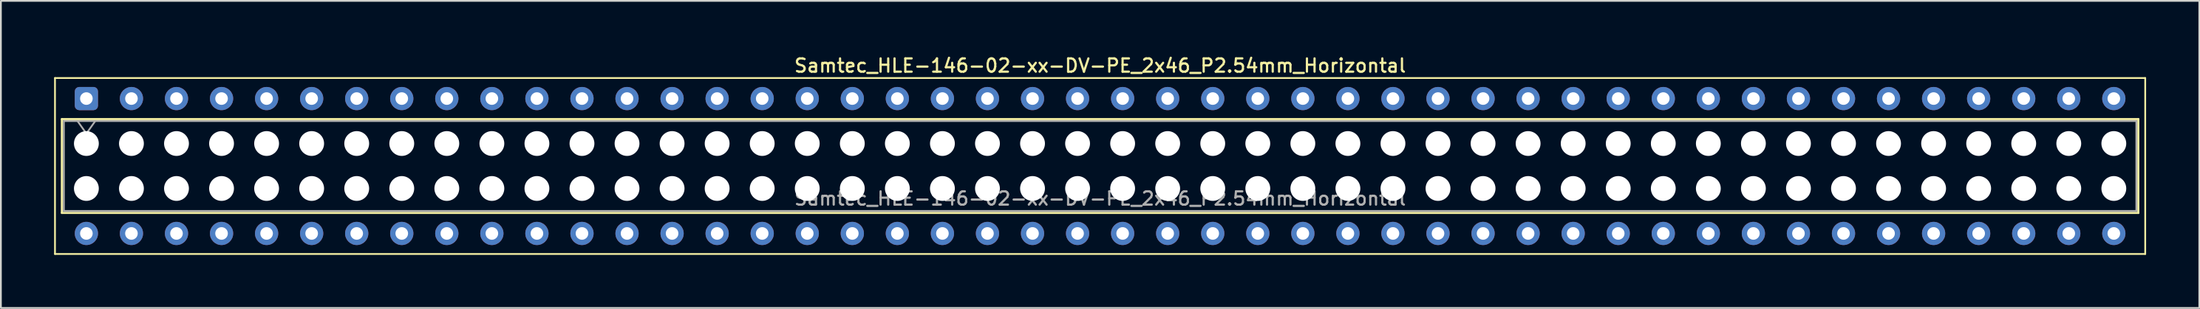
<source format=kicad_pcb>
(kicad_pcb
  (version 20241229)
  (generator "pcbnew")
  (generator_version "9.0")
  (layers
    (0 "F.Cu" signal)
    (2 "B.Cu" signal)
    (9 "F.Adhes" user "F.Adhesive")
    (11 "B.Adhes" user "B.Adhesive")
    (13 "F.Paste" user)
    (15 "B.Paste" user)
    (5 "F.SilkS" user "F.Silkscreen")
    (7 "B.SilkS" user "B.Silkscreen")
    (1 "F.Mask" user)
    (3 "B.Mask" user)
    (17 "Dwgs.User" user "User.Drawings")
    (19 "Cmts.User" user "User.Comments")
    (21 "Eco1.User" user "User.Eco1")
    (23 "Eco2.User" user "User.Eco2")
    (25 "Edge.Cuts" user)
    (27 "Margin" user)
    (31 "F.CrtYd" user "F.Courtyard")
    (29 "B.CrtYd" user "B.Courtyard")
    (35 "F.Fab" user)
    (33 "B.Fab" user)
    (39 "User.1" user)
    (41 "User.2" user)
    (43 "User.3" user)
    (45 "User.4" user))
  (footprint "Samtec_HLE-146-02-xx-DV-PE_2x46_P2.54mm_Horizontal"
    (layer "F.Cu")
    (at 1.82 2.518)
    (property "Reference" "Samtec_HLE-146-02-xx-DV-PE_2x46_P2.54mm_Horizontal" (at 57.15 -1.86 0) (layer "F.SilkS") (effects (font (size 0.75 0.75) (thickness 0.125))))
    (attr through_hole)
    (fp_line (start -1.77 -1.16) (end 116.07 -1.16) (stroke (width 0.1) (type solid)) (layer "F.SilkS"))
    (fp_line (start -1.77 8.78) (end -1.77 -1.16) (stroke (width 0.1) (type solid)) (layer "F.SilkS"))
    (fp_line (start -1.38 1.16) (end 115.68 1.16) (stroke (width 0.12) (type solid)) (layer "F.SilkS"))
    (fp_line (start -1.38 6.46) (end -1.38 1.16) (stroke (width 0.12) (type solid)) (layer "F.SilkS"))
    (fp_line (start 115.68 1.16) (end 115.68 6.46) (stroke (width 0.12) (type solid)) (layer "F.SilkS"))
    (fp_line (start 115.68 6.46) (end -1.38 6.46) (stroke (width 0.12) (type solid)) (layer "F.SilkS"))
    (fp_line (start 116.07 -1.16) (end 116.07 8.78) (stroke (width 0.1) (type solid)) (layer "F.SilkS"))
    (fp_line (start 116.07 8.78) (end -1.77 8.78) (stroke (width 0.1) (type solid)) (layer "F.SilkS"))
    (fp_line (start -1.27 1.27) (end 115.57 1.27) (stroke (width 0.1) (type solid)) (layer "F.Fab"))
    (fp_line (start -1.27 6.35) (end -1.27 1.27) (stroke (width 0.1) (type solid)) (layer "F.Fab"))
    (fp_line (start -0.5 1.27) (end 0 1.977) (stroke (width 0.1) (type solid)) (layer "F.Fab"))
    (fp_line (start 0 1.977) (end 0.5 1.27) (stroke (width 0.1) (type solid)) (layer "F.Fab"))
    (fp_line (start 115.57 1.27) (end 115.57 6.35) (stroke (width 0.1) (type solid)) (layer "F.Fab"))
    (fp_line (start 115.57 6.35) (end -1.27 6.35) (stroke (width 0.1) (type solid)) (layer "F.Fab"))
    (fp_text user "${REFERENCE}" (at 57.15 5.65 0) (layer "F.Fab") (effects (font (size 0.75 0.75) (thickness 0.125))))
    (pad "" np_thru_hole circle (at 0 2.54) (size 1.4 1.4) (drill 1.4) (layers "*.Cu" "*.Mask"))
    (pad "" np_thru_hole circle (at 0 5.08) (size 1.4 1.4) (drill 1.4) (layers "*.Cu" "*.Mask"))
    (pad "" np_thru_hole circle (at 2.54 2.54) (size 1.4 1.4) (drill 1.4) (layers "*.Cu" "*.Mask"))
    (pad "" np_thru_hole circle (at 2.54 5.08) (size 1.4 1.4) (drill 1.4) (layers "*.Cu" "*.Mask"))
    (pad "" np_thru_hole circle (at 5.08 2.54) (size 1.4 1.4) (drill 1.4) (layers "*.Cu" "*.Mask"))
    (pad "" np_thru_hole circle (at 5.08 5.08) (size 1.4 1.4) (drill 1.4) (layers "*.Cu" "*.Mask"))
    (pad "" np_thru_hole circle (at 7.62 2.54) (size 1.4 1.4) (drill 1.4) (layers "*.Cu" "*.Mask"))
    (pad "" np_thru_hole circle (at 7.62 5.08) (size 1.4 1.4) (drill 1.4) (layers "*.Cu" "*.Mask"))
    (pad "" np_thru_hole circle (at 10.16 2.54) (size 1.4 1.4) (drill 1.4) (layers "*.Cu" "*.Mask"))
    (pad "" np_thru_hole circle (at 10.16 5.08) (size 1.4 1.4) (drill 1.4) (layers "*.Cu" "*.Mask"))
    (pad "" np_thru_hole circle (at 12.7 2.54) (size 1.4 1.4) (drill 1.4) (layers "*.Cu" "*.Mask"))
    (pad "" np_thru_hole circle (at 12.7 5.08) (size 1.4 1.4) (drill 1.4) (layers "*.Cu" "*.Mask"))
    (pad "" np_thru_hole circle (at 15.24 2.54) (size 1.4 1.4) (drill 1.4) (layers "*.Cu" "*.Mask"))
    (pad "" np_thru_hole circle (at 15.24 5.08) (size 1.4 1.4) (drill 1.4) (layers "*.Cu" "*.Mask"))
    (pad "" np_thru_hole circle (at 17.78 2.54) (size 1.4 1.4) (drill 1.4) (layers "*.Cu" "*.Mask"))
    (pad "" np_thru_hole circle (at 17.78 5.08) (size 1.4 1.4) (drill 1.4) (layers "*.Cu" "*.Mask"))
    (pad "" np_thru_hole circle (at 20.32 2.54) (size 1.4 1.4) (drill 1.4) (layers "*.Cu" "*.Mask"))
    (pad "" np_thru_hole circle (at 20.32 5.08) (size 1.4 1.4) (drill 1.4) (layers "*.Cu" "*.Mask"))
    (pad "" np_thru_hole circle (at 22.86 2.54) (size 1.4 1.4) (drill 1.4) (layers "*.Cu" "*.Mask"))
    (pad "" np_thru_hole circle (at 22.86 5.08) (size 1.4 1.4) (drill 1.4) (layers "*.Cu" "*.Mask"))
    (pad "" np_thru_hole circle (at 25.4 2.54) (size 1.4 1.4) (drill 1.4) (layers "*.Cu" "*.Mask"))
    (pad "" np_thru_hole circle (at 25.4 5.08) (size 1.4 1.4) (drill 1.4) (layers "*.Cu" "*.Mask"))
    (pad "" np_thru_hole circle (at 27.94 2.54) (size 1.4 1.4) (drill 1.4) (layers "*.Cu" "*.Mask"))
    (pad "" np_thru_hole circle (at 27.94 5.08) (size 1.4 1.4) (drill 1.4) (layers "*.Cu" "*.Mask"))
    (pad "" np_thru_hole circle (at 30.48 2.54) (size 1.4 1.4) (drill 1.4) (layers "*.Cu" "*.Mask"))
    (pad "" np_thru_hole circle (at 30.48 5.08) (size 1.4 1.4) (drill 1.4) (layers "*.Cu" "*.Mask"))
    (pad "" np_thru_hole circle (at 33.02 2.54) (size 1.4 1.4) (drill 1.4) (layers "*.Cu" "*.Mask"))
    (pad "" np_thru_hole circle (at 33.02 5.08) (size 1.4 1.4) (drill 1.4) (layers "*.Cu" "*.Mask"))
    (pad "" np_thru_hole circle (at 35.56 2.54) (size 1.4 1.4) (drill 1.4) (layers "*.Cu" "*.Mask"))
    (pad "" np_thru_hole circle (at 35.56 5.08) (size 1.4 1.4) (drill 1.4) (layers "*.Cu" "*.Mask"))
    (pad "" np_thru_hole circle (at 38.1 2.54) (size 1.4 1.4) (drill 1.4) (layers "*.Cu" "*.Mask"))
    (pad "" np_thru_hole circle (at 38.1 5.08) (size 1.4 1.4) (drill 1.4) (layers "*.Cu" "*.Mask"))
    (pad "" np_thru_hole circle (at 40.64 2.54) (size 1.4 1.4) (drill 1.4) (layers "*.Cu" "*.Mask"))
    (pad "" np_thru_hole circle (at 40.64 5.08) (size 1.4 1.4) (drill 1.4) (layers "*.Cu" "*.Mask"))
    (pad "" np_thru_hole circle (at 43.18 2.54) (size 1.4 1.4) (drill 1.4) (layers "*.Cu" "*.Mask"))
    (pad "" np_thru_hole circle (at 43.18 5.08) (size 1.4 1.4) (drill 1.4) (layers "*.Cu" "*.Mask"))
    (pad "" np_thru_hole circle (at 45.72 2.54) (size 1.4 1.4) (drill 1.4) (layers "*.Cu" "*.Mask"))
    (pad "" np_thru_hole circle (at 45.72 5.08) (size 1.4 1.4) (drill 1.4) (layers "*.Cu" "*.Mask"))
    (pad "" np_thru_hole circle (at 48.26 2.54) (size 1.4 1.4) (drill 1.4) (layers "*.Cu" "*.Mask"))
    (pad "" np_thru_hole circle (at 48.26 5.08) (size 1.4 1.4) (drill 1.4) (layers "*.Cu" "*.Mask"))
    (pad "" np_thru_hole circle (at 50.8 2.54) (size 1.4 1.4) (drill 1.4) (layers "*.Cu" "*.Mask"))
    (pad "" np_thru_hole circle (at 50.8 5.08) (size 1.4 1.4) (drill 1.4) (layers "*.Cu" "*.Mask"))
    (pad "" np_thru_hole circle (at 53.34 2.54) (size 1.4 1.4) (drill 1.4) (layers "*.Cu" "*.Mask"))
    (pad "" np_thru_hole circle (at 53.34 5.08) (size 1.4 1.4) (drill 1.4) (layers "*.Cu" "*.Mask"))
    (pad "" np_thru_hole circle (at 55.88 2.54) (size 1.4 1.4) (drill 1.4) (layers "*.Cu" "*.Mask"))
    (pad "" np_thru_hole circle (at 55.88 5.08) (size 1.4 1.4) (drill 1.4) (layers "*.Cu" "*.Mask"))
    (pad "" np_thru_hole circle (at 58.42 2.54) (size 1.4 1.4) (drill 1.4) (layers "*.Cu" "*.Mask"))
    (pad "" np_thru_hole circle (at 58.42 5.08) (size 1.4 1.4) (drill 1.4) (layers "*.Cu" "*.Mask"))
    (pad "" np_thru_hole circle (at 60.96 2.54) (size 1.4 1.4) (drill 1.4) (layers "*.Cu" "*.Mask"))
    (pad "" np_thru_hole circle (at 60.96 5.08) (size 1.4 1.4) (drill 1.4) (layers "*.Cu" "*.Mask"))
    (pad "" np_thru_hole circle (at 63.5 2.54) (size 1.4 1.4) (drill 1.4) (layers "*.Cu" "*.Mask"))
    (pad "" np_thru_hole circle (at 63.5 5.08) (size 1.4 1.4) (drill 1.4) (layers "*.Cu" "*.Mask"))
    (pad "" np_thru_hole circle (at 66.04 2.54) (size 1.4 1.4) (drill 1.4) (layers "*.Cu" "*.Mask"))
    (pad "" np_thru_hole circle (at 66.04 5.08) (size 1.4 1.4) (drill 1.4) (layers "*.Cu" "*.Mask"))
    (pad "" np_thru_hole circle (at 68.58 2.54) (size 1.4 1.4) (drill 1.4) (layers "*.Cu" "*.Mask"))
    (pad "" np_thru_hole circle (at 68.58 5.08) (size 1.4 1.4) (drill 1.4) (layers "*.Cu" "*.Mask"))
    (pad "" np_thru_hole circle (at 71.12 2.54) (size 1.4 1.4) (drill 1.4) (layers "*.Cu" "*.Mask"))
    (pad "" np_thru_hole circle (at 71.12 5.08) (size 1.4 1.4) (drill 1.4) (layers "*.Cu" "*.Mask"))
    (pad "" np_thru_hole circle (at 73.66 2.54) (size 1.4 1.4) (drill 1.4) (layers "*.Cu" "*.Mask"))
    (pad "" np_thru_hole circle (at 73.66 5.08) (size 1.4 1.4) (drill 1.4) (layers "*.Cu" "*.Mask"))
    (pad "" np_thru_hole circle (at 76.2 2.54) (size 1.4 1.4) (drill 1.4) (layers "*.Cu" "*.Mask"))
    (pad "" np_thru_hole circle (at 76.2 5.08) (size 1.4 1.4) (drill 1.4) (layers "*.Cu" "*.Mask"))
    (pad "" np_thru_hole circle (at 78.74 2.54) (size 1.4 1.4) (drill 1.4) (layers "*.Cu" "*.Mask"))
    (pad "" np_thru_hole circle (at 78.74 5.08) (size 1.4 1.4) (drill 1.4) (layers "*.Cu" "*.Mask"))
    (pad "" np_thru_hole circle (at 81.28 2.54) (size 1.4 1.4) (drill 1.4) (layers "*.Cu" "*.Mask"))
    (pad "" np_thru_hole circle (at 81.28 5.08) (size 1.4 1.4) (drill 1.4) (layers "*.Cu" "*.Mask"))
    (pad "" np_thru_hole circle (at 83.82 2.54) (size 1.4 1.4) (drill 1.4) (layers "*.Cu" "*.Mask"))
    (pad "" np_thru_hole circle (at 83.82 5.08) (size 1.4 1.4) (drill 1.4) (layers "*.Cu" "*.Mask"))
    (pad "" np_thru_hole circle (at 86.36 2.54) (size 1.4 1.4) (drill 1.4) (layers "*.Cu" "*.Mask"))
    (pad "" np_thru_hole circle (at 86.36 5.08) (size 1.4 1.4) (drill 1.4) (layers "*.Cu" "*.Mask"))
    (pad "" np_thru_hole circle (at 88.9 2.54) (size 1.4 1.4) (drill 1.4) (layers "*.Cu" "*.Mask"))
    (pad "" np_thru_hole circle (at 88.9 5.08) (size 1.4 1.4) (drill 1.4) (layers "*.Cu" "*.Mask"))
    (pad "" np_thru_hole circle (at 91.44 2.54) (size 1.4 1.4) (drill 1.4) (layers "*.Cu" "*.Mask"))
    (pad "" np_thru_hole circle (at 91.44 5.08) (size 1.4 1.4) (drill 1.4) (layers "*.Cu" "*.Mask"))
    (pad "" np_thru_hole circle (at 93.98 2.54) (size 1.4 1.4) (drill 1.4) (layers "*.Cu" "*.Mask"))
    (pad "" np_thru_hole circle (at 93.98 5.08) (size 1.4 1.4) (drill 1.4) (layers "*.Cu" "*.Mask"))
    (pad "" np_thru_hole circle (at 96.52 2.54) (size 1.4 1.4) (drill 1.4) (layers "*.Cu" "*.Mask"))
    (pad "" np_thru_hole circle (at 96.52 5.08) (size 1.4 1.4) (drill 1.4) (layers "*.Cu" "*.Mask"))
    (pad "" np_thru_hole circle (at 99.06 2.54) (size 1.4 1.4) (drill 1.4) (layers "*.Cu" "*.Mask"))
    (pad "" np_thru_hole circle (at 99.06 5.08) (size 1.4 1.4) (drill 1.4) (layers "*.Cu" "*.Mask"))
    (pad "" np_thru_hole circle (at 101.6 2.54) (size 1.4 1.4) (drill 1.4) (layers "*.Cu" "*.Mask"))
    (pad "" np_thru_hole circle (at 101.6 5.08) (size 1.4 1.4) (drill 1.4) (layers "*.Cu" "*.Mask"))
    (pad "" np_thru_hole circle (at 104.14 2.54) (size 1.4 1.4) (drill 1.4) (layers "*.Cu" "*.Mask"))
    (pad "" np_thru_hole circle (at 104.14 5.08) (size 1.4 1.4) (drill 1.4) (layers "*.Cu" "*.Mask"))
    (pad "" np_thru_hole circle (at 106.68 2.54) (size 1.4 1.4) (drill 1.4) (layers "*.Cu" "*.Mask"))
    (pad "" np_thru_hole circle (at 106.68 5.08) (size 1.4 1.4) (drill 1.4) (layers "*.Cu" "*.Mask"))
    (pad "" np_thru_hole circle (at 109.22 2.54) (size 1.4 1.4) (drill 1.4) (layers "*.Cu" "*.Mask"))
    (pad "" np_thru_hole circle (at 109.22 5.08) (size 1.4 1.4) (drill 1.4) (layers "*.Cu" "*.Mask"))
    (pad "" np_thru_hole circle (at 111.76 2.54) (size 1.4 1.4) (drill 1.4) (layers "*.Cu" "*.Mask"))
    (pad "" np_thru_hole circle (at 111.76 5.08) (size 1.4 1.4) (drill 1.4) (layers "*.Cu" "*.Mask"))
    (pad "" np_thru_hole circle (at 114.3 2.54) (size 1.4 1.4) (drill 1.4) (layers "*.Cu" "*.Mask"))
    (pad "" np_thru_hole circle (at 114.3 5.08) (size 1.4 1.4) (drill 1.4) (layers "*.Cu" "*.Mask"))
    (pad "1" thru_hole roundrect (at 0 0) (size 1.31 1.31) (drill 0.71) (layers "*.Cu" "*.Mask") (roundrect_rratio 0.191))
    (pad "2" thru_hole circle (at 0 7.62) (size 1.31 1.31) (drill 0.71) (layers "*.Cu" "*.Mask"))
    (pad "3" thru_hole circle (at 2.54 0) (size 1.31 1.31) (drill 0.71) (layers "*.Cu" "*.Mask"))
    (pad "4" thru_hole circle (at 2.54 7.62) (size 1.31 1.31) (drill 0.71) (layers "*.Cu" "*.Mask"))
    (pad "5" thru_hole circle (at 5.08 0) (size 1.31 1.31) (drill 0.71) (layers "*.Cu" "*.Mask"))
    (pad "6" thru_hole circle (at 5.08 7.62) (size 1.31 1.31) (drill 0.71) (layers "*.Cu" "*.Mask"))
    (pad "7" thru_hole circle (at 7.62 0) (size 1.31 1.31) (drill 0.71) (layers "*.Cu" "*.Mask"))
    (pad "8" thru_hole circle (at 7.62 7.62) (size 1.31 1.31) (drill 0.71) (layers "*.Cu" "*.Mask"))
    (pad "9" thru_hole circle (at 10.16 0) (size 1.31 1.31) (drill 0.71) (layers "*.Cu" "*.Mask"))
    (pad "10" thru_hole circle (at 10.16 7.62) (size 1.31 1.31) (drill 0.71) (layers "*.Cu" "*.Mask"))
    (pad "11" thru_hole circle (at 12.7 0) (size 1.31 1.31) (drill 0.71) (layers "*.Cu" "*.Mask"))
    (pad "12" thru_hole circle (at 12.7 7.62) (size 1.31 1.31) (drill 0.71) (layers "*.Cu" "*.Mask"))
    (pad "13" thru_hole circle (at 15.24 0) (size 1.31 1.31) (drill 0.71) (layers "*.Cu" "*.Mask"))
    (pad "14" thru_hole circle (at 15.24 7.62) (size 1.31 1.31) (drill 0.71) (layers "*.Cu" "*.Mask"))
    (pad "15" thru_hole circle (at 17.78 0) (size 1.31 1.31) (drill 0.71) (layers "*.Cu" "*.Mask"))
    (pad "16" thru_hole circle (at 17.78 7.62) (size 1.31 1.31) (drill 0.71) (layers "*.Cu" "*.Mask"))
    (pad "17" thru_hole circle (at 20.32 0) (size 1.31 1.31) (drill 0.71) (layers "*.Cu" "*.Mask"))
    (pad "18" thru_hole circle (at 20.32 7.62) (size 1.31 1.31) (drill 0.71) (layers "*.Cu" "*.Mask"))
    (pad "19" thru_hole circle (at 22.86 0) (size 1.31 1.31) (drill 0.71) (layers "*.Cu" "*.Mask"))
    (pad "20" thru_hole circle (at 22.86 7.62) (size 1.31 1.31) (drill 0.71) (layers "*.Cu" "*.Mask"))
    (pad "21" thru_hole circle (at 25.4 0) (size 1.31 1.31) (drill 0.71) (layers "*.Cu" "*.Mask"))
    (pad "22" thru_hole circle (at 25.4 7.62) (size 1.31 1.31) (drill 0.71) (layers "*.Cu" "*.Mask"))
    (pad "23" thru_hole circle (at 27.94 0) (size 1.31 1.31) (drill 0.71) (layers "*.Cu" "*.Mask"))
    (pad "24" thru_hole circle (at 27.94 7.62) (size 1.31 1.31) (drill 0.71) (layers "*.Cu" "*.Mask"))
    (pad "25" thru_hole circle (at 30.48 0) (size 1.31 1.31) (drill 0.71) (layers "*.Cu" "*.Mask"))
    (pad "26" thru_hole circle (at 30.48 7.62) (size 1.31 1.31) (drill 0.71) (layers "*.Cu" "*.Mask"))
    (pad "27" thru_hole circle (at 33.02 0) (size 1.31 1.31) (drill 0.71) (layers "*.Cu" "*.Mask"))
    (pad "28" thru_hole circle (at 33.02 7.62) (size 1.31 1.31) (drill 0.71) (layers "*.Cu" "*.Mask"))
    (pad "29" thru_hole circle (at 35.56 0) (size 1.31 1.31) (drill 0.71) (layers "*.Cu" "*.Mask"))
    (pad "30" thru_hole circle (at 35.56 7.62) (size 1.31 1.31) (drill 0.71) (layers "*.Cu" "*.Mask"))
    (pad "31" thru_hole circle (at 38.1 0) (size 1.31 1.31) (drill 0.71) (layers "*.Cu" "*.Mask"))
    (pad "32" thru_hole circle (at 38.1 7.62) (size 1.31 1.31) (drill 0.71) (layers "*.Cu" "*.Mask"))
    (pad "33" thru_hole circle (at 40.64 0) (size 1.31 1.31) (drill 0.71) (layers "*.Cu" "*.Mask"))
    (pad "34" thru_hole circle (at 40.64 7.62) (size 1.31 1.31) (drill 0.71) (layers "*.Cu" "*.Mask"))
    (pad "35" thru_hole circle (at 43.18 0) (size 1.31 1.31) (drill 0.71) (layers "*.Cu" "*.Mask"))
    (pad "36" thru_hole circle (at 43.18 7.62) (size 1.31 1.31) (drill 0.71) (layers "*.Cu" "*.Mask"))
    (pad "37" thru_hole circle (at 45.72 0) (size 1.31 1.31) (drill 0.71) (layers "*.Cu" "*.Mask"))
    (pad "38" thru_hole circle (at 45.72 7.62) (size 1.31 1.31) (drill 0.71) (layers "*.Cu" "*.Mask"))
    (pad "39" thru_hole circle (at 48.26 0) (size 1.31 1.31) (drill 0.71) (layers "*.Cu" "*.Mask"))
    (pad "40" thru_hole circle (at 48.26 7.62) (size 1.31 1.31) (drill 0.71) (layers "*.Cu" "*.Mask"))
    (pad "41" thru_hole circle (at 50.8 0) (size 1.31 1.31) (drill 0.71) (layers "*.Cu" "*.Mask"))
    (pad "42" thru_hole circle (at 50.8 7.62) (size 1.31 1.31) (drill 0.71) (layers "*.Cu" "*.Mask"))
    (pad "43" thru_hole circle (at 53.34 0) (size 1.31 1.31) (drill 0.71) (layers "*.Cu" "*.Mask"))
    (pad "44" thru_hole circle (at 53.34 7.62) (size 1.31 1.31) (drill 0.71) (layers "*.Cu" "*.Mask"))
    (pad "45" thru_hole circle (at 55.88 0) (size 1.31 1.31) (drill 0.71) (layers "*.Cu" "*.Mask"))
    (pad "46" thru_hole circle (at 55.88 7.62) (size 1.31 1.31) (drill 0.71) (layers "*.Cu" "*.Mask"))
    (pad "47" thru_hole circle (at 58.42 0) (size 1.31 1.31) (drill 0.71) (layers "*.Cu" "*.Mask"))
    (pad "48" thru_hole circle (at 58.42 7.62) (size 1.31 1.31) (drill 0.71) (layers "*.Cu" "*.Mask"))
    (pad "49" thru_hole circle (at 60.96 0) (size 1.31 1.31) (drill 0.71) (layers "*.Cu" "*.Mask"))
    (pad "50" thru_hole circle (at 60.96 7.62) (size 1.31 1.31) (drill 0.71) (layers "*.Cu" "*.Mask"))
    (pad "51" thru_hole circle (at 63.5 0) (size 1.31 1.31) (drill 0.71) (layers "*.Cu" "*.Mask"))
    (pad "52" thru_hole circle (at 63.5 7.62) (size 1.31 1.31) (drill 0.71) (layers "*.Cu" "*.Mask"))
    (pad "53" thru_hole circle (at 66.04 0) (size 1.31 1.31) (drill 0.71) (layers "*.Cu" "*.Mask"))
    (pad "54" thru_hole circle (at 66.04 7.62) (size 1.31 1.31) (drill 0.71) (layers "*.Cu" "*.Mask"))
    (pad "55" thru_hole circle (at 68.58 0) (size 1.31 1.31) (drill 0.71) (layers "*.Cu" "*.Mask"))
    (pad "56" thru_hole circle (at 68.58 7.62) (size 1.31 1.31) (drill 0.71) (layers "*.Cu" "*.Mask"))
    (pad "57" thru_hole circle (at 71.12 0) (size 1.31 1.31) (drill 0.71) (layers "*.Cu" "*.Mask"))
    (pad "58" thru_hole circle (at 71.12 7.62) (size 1.31 1.31) (drill 0.71) (layers "*.Cu" "*.Mask"))
    (pad "59" thru_hole circle (at 73.66 0) (size 1.31 1.31) (drill 0.71) (layers "*.Cu" "*.Mask"))
    (pad "60" thru_hole circle (at 73.66 7.62) (size 1.31 1.31) (drill 0.71) (layers "*.Cu" "*.Mask"))
    (pad "61" thru_hole circle (at 76.2 0) (size 1.31 1.31) (drill 0.71) (layers "*.Cu" "*.Mask"))
    (pad "62" thru_hole circle (at 76.2 7.62) (size 1.31 1.31) (drill 0.71) (layers "*.Cu" "*.Mask"))
    (pad "63" thru_hole circle (at 78.74 0) (size 1.31 1.31) (drill 0.71) (layers "*.Cu" "*.Mask"))
    (pad "64" thru_hole circle (at 78.74 7.62) (size 1.31 1.31) (drill 0.71) (layers "*.Cu" "*.Mask"))
    (pad "65" thru_hole circle (at 81.28 0) (size 1.31 1.31) (drill 0.71) (layers "*.Cu" "*.Mask"))
    (pad "66" thru_hole circle (at 81.28 7.62) (size 1.31 1.31) (drill 0.71) (layers "*.Cu" "*.Mask"))
    (pad "67" thru_hole circle (at 83.82 0) (size 1.31 1.31) (drill 0.71) (layers "*.Cu" "*.Mask"))
    (pad "68" thru_hole circle (at 83.82 7.62) (size 1.31 1.31) (drill 0.71) (layers "*.Cu" "*.Mask"))
    (pad "69" thru_hole circle (at 86.36 0) (size 1.31 1.31) (drill 0.71) (layers "*.Cu" "*.Mask"))
    (pad "70" thru_hole circle (at 86.36 7.62) (size 1.31 1.31) (drill 0.71) (layers "*.Cu" "*.Mask"))
    (pad "71" thru_hole circle (at 88.9 0) (size 1.31 1.31) (drill 0.71) (layers "*.Cu" "*.Mask"))
    (pad "72" thru_hole circle (at 88.9 7.62) (size 1.31 1.31) (drill 0.71) (layers "*.Cu" "*.Mask"))
    (pad "73" thru_hole circle (at 91.44 0) (size 1.31 1.31) (drill 0.71) (layers "*.Cu" "*.Mask"))
    (pad "74" thru_hole circle (at 91.44 7.62) (size 1.31 1.31) (drill 0.71) (layers "*.Cu" "*.Mask"))
    (pad "75" thru_hole circle (at 93.98 0) (size 1.31 1.31) (drill 0.71) (layers "*.Cu" "*.Mask"))
    (pad "76" thru_hole circle (at 93.98 7.62) (size 1.31 1.31) (drill 0.71) (layers "*.Cu" "*.Mask"))
    (pad "77" thru_hole circle (at 96.52 0) (size 1.31 1.31) (drill 0.71) (layers "*.Cu" "*.Mask"))
    (pad "78" thru_hole circle (at 96.52 7.62) (size 1.31 1.31) (drill 0.71) (layers "*.Cu" "*.Mask"))
    (pad "79" thru_hole circle (at 99.06 0) (size 1.31 1.31) (drill 0.71) (layers "*.Cu" "*.Mask"))
    (pad "80" thru_hole circle (at 99.06 7.62) (size 1.31 1.31) (drill 0.71) (layers "*.Cu" "*.Mask"))
    (pad "81" thru_hole circle (at 101.6 0) (size 1.31 1.31) (drill 0.71) (layers "*.Cu" "*.Mask"))
    (pad "82" thru_hole circle (at 101.6 7.62) (size 1.31 1.31) (drill 0.71) (layers "*.Cu" "*.Mask"))
    (pad "83" thru_hole circle (at 104.14 0) (size 1.31 1.31) (drill 0.71) (layers "*.Cu" "*.Mask"))
    (pad "84" thru_hole circle (at 104.14 7.62) (size 1.31 1.31) (drill 0.71) (layers "*.Cu" "*.Mask"))
    (pad "85" thru_hole circle (at 106.68 0) (size 1.31 1.31) (drill 0.71) (layers "*.Cu" "*.Mask"))
    (pad "86" thru_hole circle (at 106.68 7.62) (size 1.31 1.31) (drill 0.71) (layers "*.Cu" "*.Mask"))
    (pad "87" thru_hole circle (at 109.22 0) (size 1.31 1.31) (drill 0.71) (layers "*.Cu" "*.Mask"))
    (pad "88" thru_hole circle (at 109.22 7.62) (size 1.31 1.31) (drill 0.71) (layers "*.Cu" "*.Mask"))
    (pad "89" thru_hole circle (at 111.76 0) (size 1.31 1.31) (drill 0.71) (layers "*.Cu" "*.Mask"))
    (pad "90" thru_hole circle (at 111.76 7.62) (size 1.31 1.31) (drill 0.71) (layers "*.Cu" "*.Mask"))
    (pad "91" thru_hole circle (at 114.3 0) (size 1.31 1.31) (drill 0.71) (layers "*.Cu" "*.Mask"))
    (pad "92" thru_hole circle (at 114.3 7.62) (size 1.31 1.31) (drill 0.71) (layers "*.Cu" "*.Mask")))
  (gr_rect
    (start -3 -3)
    (end 120.94 14.348)
    (stroke (width 0.1) (type default))
    (fill no)
    (layer "Edge.Cuts")))
</source>
